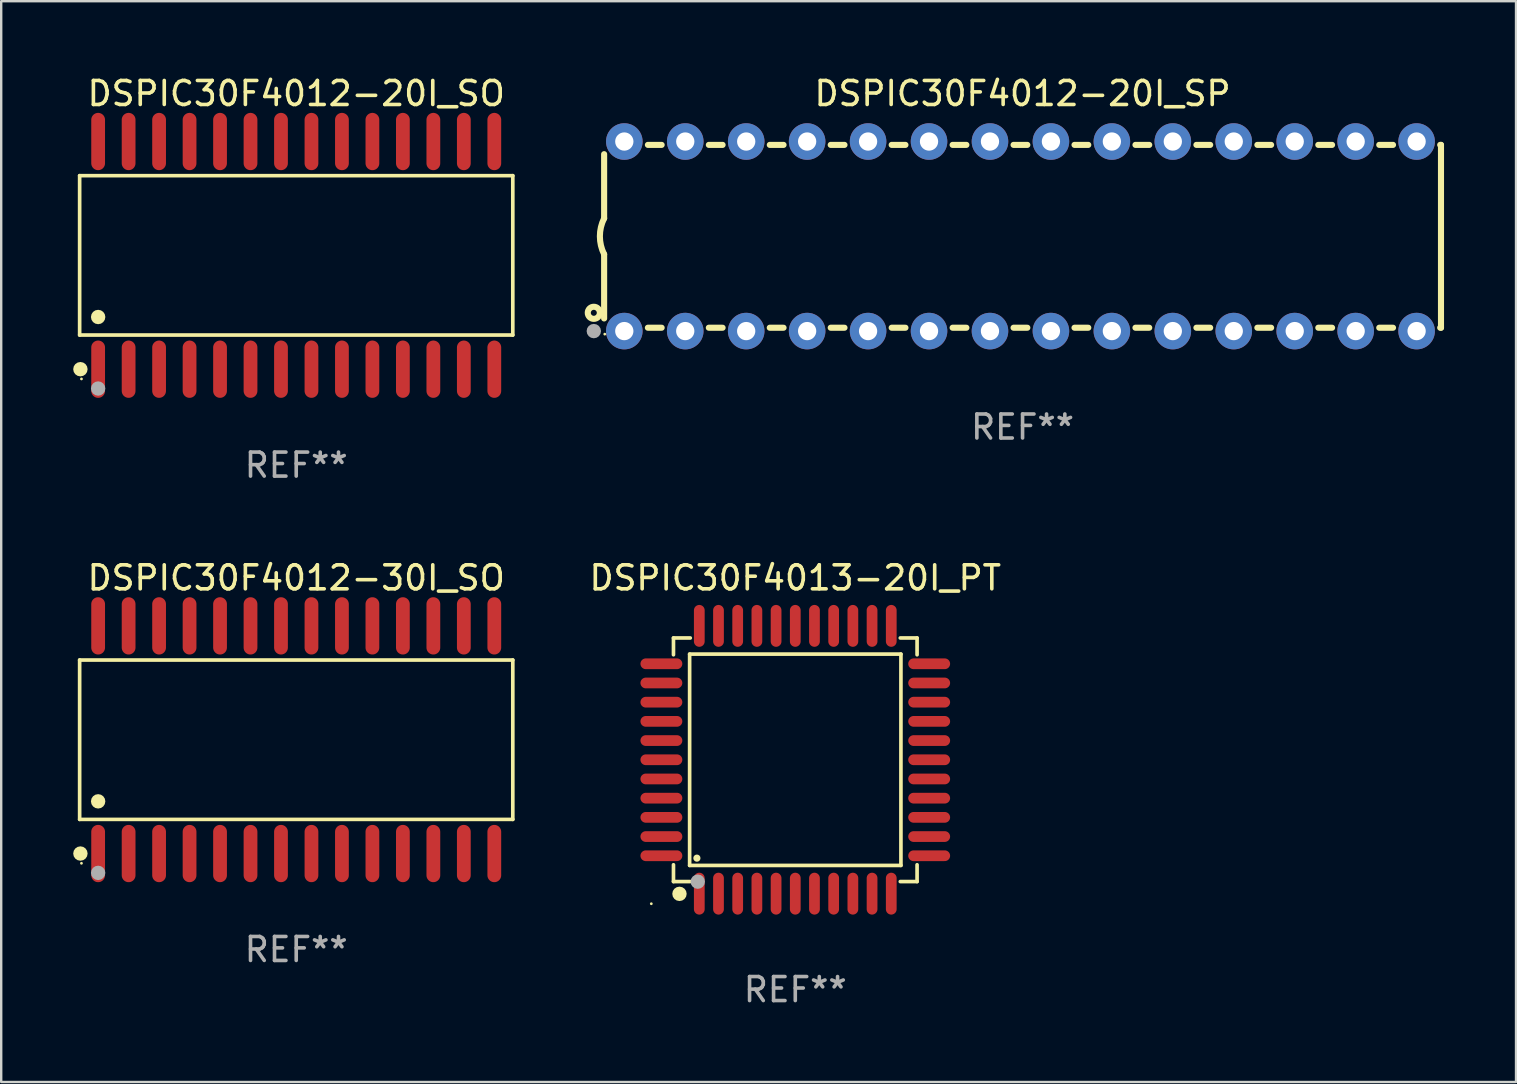
<source format=kicad_pcb>
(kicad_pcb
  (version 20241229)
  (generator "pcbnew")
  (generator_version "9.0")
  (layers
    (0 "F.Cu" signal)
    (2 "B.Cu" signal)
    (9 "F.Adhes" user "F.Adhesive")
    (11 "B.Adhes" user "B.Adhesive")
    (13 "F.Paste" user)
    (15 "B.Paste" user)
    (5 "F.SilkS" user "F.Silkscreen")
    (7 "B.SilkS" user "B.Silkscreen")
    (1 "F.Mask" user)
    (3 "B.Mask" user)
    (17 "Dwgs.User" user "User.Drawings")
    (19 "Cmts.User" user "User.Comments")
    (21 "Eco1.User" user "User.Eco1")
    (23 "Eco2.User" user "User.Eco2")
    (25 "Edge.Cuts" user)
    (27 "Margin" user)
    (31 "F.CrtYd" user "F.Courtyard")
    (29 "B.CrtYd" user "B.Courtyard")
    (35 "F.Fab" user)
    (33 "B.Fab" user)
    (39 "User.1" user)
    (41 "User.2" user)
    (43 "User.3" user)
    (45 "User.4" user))
  (footprint "DSPIC30F4012-30I_SO"
    (layer "F.Cu")
    (at 9.295 27.777)
    (property "Reference" "DSPIC30F4012-30I_SO" (at 0 -6.744 0) (layer "F.SilkS") (effects (font (size 1 1) (thickness 0.15))))
    (attr through_hole)
    (fp_line (start -9.026 -3.321) (end 9.026 -3.321) (stroke (width 0.152) (type solid)) (layer "F.SilkS"))
    (fp_line (start -9.026 3.321) (end -9.026 -3.321) (stroke (width 0.152) (type solid)) (layer "F.SilkS"))
    (fp_line (start 9.026 -3.321) (end 9.026 3.321) (stroke (width 0.152) (type solid)) (layer "F.SilkS"))
    (fp_line (start 9.026 3.321) (end -9.026 3.321) (stroke (width 0.152) (type solid)) (layer "F.SilkS"))
    (fp_circle (center -8.994 4.744) (end -8.844 4.744) (stroke (width 0.3) (type solid)) (fill no) (layer "F.SilkS"))
    (fp_circle (center -8.95 5.15) (end -8.92 5.15) (stroke (width 0.06) (type solid)) (fill no) (layer "F.SilkS"))
    (fp_circle (center -8.255 2.569) (end -8.105 2.569) (stroke (width 0.3) (type solid)) (fill no) (layer "F.SilkS"))
    (fp_circle (center -8.255 5.55) (end -8.105 5.55) (stroke (width 0.3) (type solid)) (fill no) (layer "F.Fab"))
    (fp_text user "REF**" (at 0 8.744 0) (layer "F.Fab") (effects (font (size 1 1) (thickness 0.15))))
    (pad "1" smd oval (at -8.255 4.744) (size 0.574 2.388) (layers "F.Cu" "F.Mask" "F.Paste"))
    (pad "2" smd oval (at -6.985 4.744) (size 0.574 2.388) (layers "F.Cu" "F.Mask" "F.Paste"))
    (pad "3" smd oval (at -5.715 4.744) (size 0.574 2.388) (layers "F.Cu" "F.Mask" "F.Paste"))
    (pad "4" smd oval (at -4.445 4.744) (size 0.574 2.388) (layers "F.Cu" "F.Mask" "F.Paste"))
    (pad "5" smd oval (at -3.175 4.744) (size 0.574 2.388) (layers "F.Cu" "F.Mask" "F.Paste"))
    (pad "6" smd oval (at -1.905 4.744) (size 0.574 2.388) (layers "F.Cu" "F.Mask" "F.Paste"))
    (pad "7" smd oval (at -0.635 4.744) (size 0.574 2.388) (layers "F.Cu" "F.Mask" "F.Paste"))
    (pad "8" smd oval (at 0.635 4.744) (size 0.574 2.388) (layers "F.Cu" "F.Mask" "F.Paste"))
    (pad "9" smd oval (at 1.905 4.744) (size 0.574 2.388) (layers "F.Cu" "F.Mask" "F.Paste"))
    (pad "10" smd oval (at 3.175 4.744) (size 0.574 2.388) (layers "F.Cu" "F.Mask" "F.Paste"))
    (pad "11" smd oval (at 4.445 4.744) (size 0.574 2.388) (layers "F.Cu" "F.Mask" "F.Paste"))
    (pad "12" smd oval (at 5.715 4.744) (size 0.574 2.388) (layers "F.Cu" "F.Mask" "F.Paste"))
    (pad "13" smd oval (at 6.985 4.744) (size 0.574 2.388) (layers "F.Cu" "F.Mask" "F.Paste"))
    (pad "14" smd oval (at 8.255 4.744) (size 0.574 2.388) (layers "F.Cu" "F.Mask" "F.Paste"))
    (pad "15" smd oval (at 8.255 -4.744) (size 0.574 2.388) (layers "F.Cu" "F.Mask" "F.Paste"))
    (pad "16" smd oval (at 6.985 -4.744) (size 0.574 2.388) (layers "F.Cu" "F.Mask" "F.Paste"))
    (pad "17" smd oval (at 5.715 -4.744) (size 0.574 2.388) (layers "F.Cu" "F.Mask" "F.Paste"))
    (pad "18" smd oval (at 4.445 -4.744) (size 0.574 2.388) (layers "F.Cu" "F.Mask" "F.Paste"))
    (pad "19" smd oval (at 3.175 -4.744) (size 0.574 2.388) (layers "F.Cu" "F.Mask" "F.Paste"))
    (pad "20" smd oval (at 1.905 -4.744) (size 0.574 2.388) (layers "F.Cu" "F.Mask" "F.Paste"))
    (pad "21" smd oval (at 0.635 -4.744) (size 0.574 2.388) (layers "F.Cu" "F.Mask" "F.Paste"))
    (pad "22" smd oval (at -0.635 -4.744) (size 0.574 2.388) (layers "F.Cu" "F.Mask" "F.Paste"))
    (pad "23" smd oval (at -1.905 -4.744) (size 0.574 2.388) (layers "F.Cu" "F.Mask" "F.Paste"))
    (pad "24" smd oval (at -3.175 -4.744) (size 0.574 2.388) (layers "F.Cu" "F.Mask" "F.Paste"))
    (pad "25" smd oval (at -4.445 -4.744) (size 0.574 2.388) (layers "F.Cu" "F.Mask" "F.Paste"))
    (pad "26" smd oval (at -5.715 -4.744) (size 0.574 2.388) (layers "F.Cu" "F.Mask" "F.Paste"))
    (pad "27" smd oval (at -6.985 -4.744) (size 0.574 2.388) (layers "F.Cu" "F.Mask" "F.Paste"))
    (pad "28" smd oval (at -8.255 -4.744) (size 0.574 2.388) (layers "F.Cu" "F.Mask" "F.Paste")))
  (footprint "DSPIC30F4013-20I_PT"
    (layer "F.Cu")
    (at 30.093 28.613)
    (property "Reference" "DSPIC30F4013-20I_PT" (at 0 -7.58 0) (layer "F.SilkS") (effects (font (size 1 1) (thickness 0.15))))
    (attr through_hole)
    (fp_line (start -5.076 -5.076) (end -5.076 -4.376) (stroke (width 0.152) (type solid)) (layer "F.SilkS"))
    (fp_line (start -5.076 5.076) (end -5.076 4.376) (stroke (width 0.152) (type solid)) (layer "F.SilkS"))
    (fp_line (start -4.403 -4.403) (end 4.403 -4.403) (stroke (width 0.152) (type solid)) (layer "F.SilkS"))
    (fp_line (start -4.403 4.403) (end -4.403 -4.403) (stroke (width 0.152) (type solid)) (layer "F.SilkS"))
    (fp_line (start -4.376 -5.076) (end -5.076 -5.076) (stroke (width 0.152) (type solid)) (layer "F.SilkS"))
    (fp_line (start -4.376 5.076) (end -5.076 5.076) (stroke (width 0.152) (type solid)) (layer "F.SilkS"))
    (fp_line (start 4.376 -5.076) (end 5.076 -5.076) (stroke (width 0.152) (type solid)) (layer "F.SilkS"))
    (fp_line (start 4.376 5.076) (end 5.076 5.076) (stroke (width 0.152) (type solid)) (layer "F.SilkS"))
    (fp_line (start 4.403 -4.403) (end 4.403 4.403) (stroke (width 0.152) (type solid)) (layer "F.SilkS"))
    (fp_line (start 4.403 4.403) (end -4.403 4.403) (stroke (width 0.152) (type solid)) (layer "F.SilkS"))
    (fp_line (start 5.076 -5.076) (end 5.076 -4.376) (stroke (width 0.152) (type solid)) (layer "F.SilkS"))
    (fp_line (start 5.076 5.076) (end 5.076 4.376) (stroke (width 0.152) (type solid)) (layer "F.SilkS"))
    (fp_circle (center -6 6) (end -5.97 6) (stroke (width 0.06) (type solid)) (fill no) (layer "F.SilkS"))
    (fp_circle (center -4.826 5.588) (end -4.676 5.588) (stroke (width 0.3) (type solid)) (fill no) (layer "F.SilkS"))
    (fp_circle (center -4.1 4.1) (end -4.025 4.1) (stroke (width 0.15) (type solid)) (fill no) (layer "F.SilkS"))
    (fp_circle (center -4.064 5.08) (end -3.914 5.08) (stroke (width 0.3) (type solid)) (fill no) (layer "F.Fab"))
    (fp_text user "REF**" (at 0 9.58 0) (layer "F.Fab") (effects (font (size 1 1) (thickness 0.15))))
    (pad "1" smd oval (at -4 5.58) (size 0.448 1.745) (layers "F.Cu" "F.Mask" "F.Paste"))
    (pad "2" smd oval (at -3.2 5.58) (size 0.448 1.745) (layers "F.Cu" "F.Mask" "F.Paste"))
    (pad "3" smd oval (at -2.4 5.58) (size 0.448 1.745) (layers "F.Cu" "F.Mask" "F.Paste"))
    (pad "4" smd oval (at -1.6 5.58) (size 0.448 1.745) (layers "F.Cu" "F.Mask" "F.Paste"))
    (pad "5" smd oval (at -0.8 5.58) (size 0.448 1.745) (layers "F.Cu" "F.Mask" "F.Paste"))
    (pad "6" smd oval (at 0 5.58) (size 0.448 1.745) (layers "F.Cu" "F.Mask" "F.Paste"))
    (pad "7" smd oval (at 0.8 5.58) (size 0.448 1.745) (layers "F.Cu" "F.Mask" "F.Paste"))
    (pad "8" smd oval (at 1.6 5.58) (size 0.448 1.745) (layers "F.Cu" "F.Mask" "F.Paste"))
    (pad "9" smd oval (at 2.4 5.58) (size 0.448 1.745) (layers "F.Cu" "F.Mask" "F.Paste"))
    (pad "10" smd oval (at 3.2 5.58) (size 0.448 1.745) (layers "F.Cu" "F.Mask" "F.Paste"))
    (pad "11" smd oval (at 4 5.58) (size 0.448 1.745) (layers "F.Cu" "F.Mask" "F.Paste"))
    (pad "12" smd oval (at 5.58 4) (size 1.745 0.448) (layers "F.Cu" "F.Mask" "F.Paste"))
    (pad "13" smd oval (at 5.58 3.2) (size 1.745 0.448) (layers "F.Cu" "F.Mask" "F.Paste"))
    (pad "14" smd oval (at 5.58 2.4) (size 1.745 0.448) (layers "F.Cu" "F.Mask" "F.Paste"))
    (pad "15" smd oval (at 5.58 1.6) (size 1.745 0.448) (layers "F.Cu" "F.Mask" "F.Paste"))
    (pad "16" smd oval (at 5.58 0.8) (size 1.745 0.448) (layers "F.Cu" "F.Mask" "F.Paste"))
    (pad "17" smd oval (at 5.58 0) (size 1.745 0.448) (layers "F.Cu" "F.Mask" "F.Paste"))
    (pad "18" smd oval (at 5.58 -0.8) (size 1.745 0.448) (layers "F.Cu" "F.Mask" "F.Paste"))
    (pad "19" smd oval (at 5.58 -1.6) (size 1.745 0.448) (layers "F.Cu" "F.Mask" "F.Paste"))
    (pad "20" smd oval (at 5.58 -2.4) (size 1.745 0.448) (layers "F.Cu" "F.Mask" "F.Paste"))
    (pad "21" smd oval (at 5.58 -3.2) (size 1.745 0.448) (layers "F.Cu" "F.Mask" "F.Paste"))
    (pad "22" smd oval (at 5.58 -4) (size 1.745 0.448) (layers "F.Cu" "F.Mask" "F.Paste"))
    (pad "23" smd oval (at 4 -5.58) (size 0.448 1.745) (layers "F.Cu" "F.Mask" "F.Paste"))
    (pad "24" smd oval (at 3.2 -5.58) (size 0.448 1.745) (layers "F.Cu" "F.Mask" "F.Paste"))
    (pad "25" smd oval (at 2.4 -5.58) (size 0.448 1.745) (layers "F.Cu" "F.Mask" "F.Paste"))
    (pad "26" smd oval (at 1.6 -5.58) (size 0.448 1.745) (layers "F.Cu" "F.Mask" "F.Paste"))
    (pad "27" smd oval (at 0.8 -5.58) (size 0.448 1.745) (layers "F.Cu" "F.Mask" "F.Paste"))
    (pad "28" smd oval (at 0 -5.58) (size 0.448 1.745) (layers "F.Cu" "F.Mask" "F.Paste"))
    (pad "29" smd oval (at -0.8 -5.58) (size 0.448 1.745) (layers "F.Cu" "F.Mask" "F.Paste"))
    (pad "30" smd oval (at -1.6 -5.58) (size 0.448 1.745) (layers "F.Cu" "F.Mask" "F.Paste"))
    (pad "31" smd oval (at -2.4 -5.58) (size 0.448 1.745) (layers "F.Cu" "F.Mask" "F.Paste"))
    (pad "32" smd oval (at -3.2 -5.58) (size 0.448 1.745) (layers "F.Cu" "F.Mask" "F.Paste"))
    (pad "33" smd oval (at -4 -5.58) (size 0.448 1.745) (layers "F.Cu" "F.Mask" "F.Paste"))
    (pad "34" smd oval (at -5.58 -4) (size 1.745 0.448) (layers "F.Cu" "F.Mask" "F.Paste"))
    (pad "35" smd oval (at -5.58 -3.2) (size 1.745 0.448) (layers "F.Cu" "F.Mask" "F.Paste"))
    (pad "36" smd oval (at -5.58 -2.4) (size 1.745 0.448) (layers "F.Cu" "F.Mask" "F.Paste"))
    (pad "37" smd oval (at -5.58 -1.6) (size 1.745 0.448) (layers "F.Cu" "F.Mask" "F.Paste"))
    (pad "38" smd oval (at -5.58 -0.8) (size 1.745 0.448) (layers "F.Cu" "F.Mask" "F.Paste"))
    (pad "39" smd oval (at -5.58 0) (size 1.745 0.448) (layers "F.Cu" "F.Mask" "F.Paste"))
    (pad "40" smd oval (at -5.58 0.8) (size 1.745 0.448) (layers "F.Cu" "F.Mask" "F.Paste"))
    (pad "41" smd oval (at -5.58 1.6) (size 1.745 0.448) (layers "F.Cu" "F.Mask" "F.Paste"))
    (pad "42" smd oval (at -5.58 2.4) (size 1.745 0.448) (layers "F.Cu" "F.Mask" "F.Paste"))
    (pad "43" smd oval (at -5.58 3.2) (size 1.745 0.448) (layers "F.Cu" "F.Mask" "F.Paste"))
    (pad "44" smd oval (at -5.58 4) (size 1.745 0.448) (layers "F.Cu" "F.Mask" "F.Paste")))
  (footprint "DSPIC30F4012-20I_SO"
    (layer "F.Cu")
    (at 9.295 7.592)
    (property "Reference" "DSPIC30F4012-20I_SO" (at 0 -6.744 0) (layer "F.SilkS") (effects (font (size 1 1) (thickness 0.15))))
    (attr through_hole)
    (fp_line (start -9.026 -3.321) (end 9.026 -3.321) (stroke (width 0.152) (type solid)) (layer "F.SilkS"))
    (fp_line (start -9.026 3.321) (end -9.026 -3.321) (stroke (width 0.152) (type solid)) (layer "F.SilkS"))
    (fp_line (start 9.026 -3.321) (end 9.026 3.321) (stroke (width 0.152) (type solid)) (layer "F.SilkS"))
    (fp_line (start 9.026 3.321) (end -9.026 3.321) (stroke (width 0.152) (type solid)) (layer "F.SilkS"))
    (fp_circle (center -8.994 4.744) (end -8.844 4.744) (stroke (width 0.3) (type solid)) (fill no) (layer "F.SilkS"))
    (fp_circle (center -8.95 5.15) (end -8.92 5.15) (stroke (width 0.06) (type solid)) (fill no) (layer "F.SilkS"))
    (fp_circle (center -8.255 2.569) (end -8.105 2.569) (stroke (width 0.3) (type solid)) (fill no) (layer "F.SilkS"))
    (fp_circle (center -8.255 5.55) (end -8.105 5.55) (stroke (width 0.3) (type solid)) (fill no) (layer "F.Fab"))
    (fp_text user "REF**" (at 0 8.744 0) (layer "F.Fab") (effects (font (size 1 1) (thickness 0.15))))
    (pad "1" smd oval (at -8.255 4.744) (size 0.574 2.388) (layers "F.Cu" "F.Mask" "F.Paste"))
    (pad "2" smd oval (at -6.985 4.744) (size 0.574 2.388) (layers "F.Cu" "F.Mask" "F.Paste"))
    (pad "3" smd oval (at -5.715 4.744) (size 0.574 2.388) (layers "F.Cu" "F.Mask" "F.Paste"))
    (pad "4" smd oval (at -4.445 4.744) (size 0.574 2.388) (layers "F.Cu" "F.Mask" "F.Paste"))
    (pad "5" smd oval (at -3.175 4.744) (size 0.574 2.388) (layers "F.Cu" "F.Mask" "F.Paste"))
    (pad "6" smd oval (at -1.905 4.744) (size 0.574 2.388) (layers "F.Cu" "F.Mask" "F.Paste"))
    (pad "7" smd oval (at -0.635 4.744) (size 0.574 2.388) (layers "F.Cu" "F.Mask" "F.Paste"))
    (pad "8" smd oval (at 0.635 4.744) (size 0.574 2.388) (layers "F.Cu" "F.Mask" "F.Paste"))
    (pad "9" smd oval (at 1.905 4.744) (size 0.574 2.388) (layers "F.Cu" "F.Mask" "F.Paste"))
    (pad "10" smd oval (at 3.175 4.744) (size 0.574 2.388) (layers "F.Cu" "F.Mask" "F.Paste"))
    (pad "11" smd oval (at 4.445 4.744) (size 0.574 2.388) (layers "F.Cu" "F.Mask" "F.Paste"))
    (pad "12" smd oval (at 5.715 4.744) (size 0.574 2.388) (layers "F.Cu" "F.Mask" "F.Paste"))
    (pad "13" smd oval (at 6.985 4.744) (size 0.574 2.388) (layers "F.Cu" "F.Mask" "F.Paste"))
    (pad "14" smd oval (at 8.255 4.744) (size 0.574 2.388) (layers "F.Cu" "F.Mask" "F.Paste"))
    (pad "15" smd oval (at 8.255 -4.744) (size 0.574 2.388) (layers "F.Cu" "F.Mask" "F.Paste"))
    (pad "16" smd oval (at 6.985 -4.744) (size 0.574 2.388) (layers "F.Cu" "F.Mask" "F.Paste"))
    (pad "17" smd oval (at 5.715 -4.744) (size 0.574 2.388) (layers "F.Cu" "F.Mask" "F.Paste"))
    (pad "18" smd oval (at 4.445 -4.744) (size 0.574 2.388) (layers "F.Cu" "F.Mask" "F.Paste"))
    (pad "19" smd oval (at 3.175 -4.744) (size 0.574 2.388) (layers "F.Cu" "F.Mask" "F.Paste"))
    (pad "20" smd oval (at 1.905 -4.744) (size 0.574 2.388) (layers "F.Cu" "F.Mask" "F.Paste"))
    (pad "21" smd oval (at 0.635 -4.744) (size 0.574 2.388) (layers "F.Cu" "F.Mask" "F.Paste"))
    (pad "22" smd oval (at -0.635 -4.744) (size 0.574 2.388) (layers "F.Cu" "F.Mask" "F.Paste"))
    (pad "23" smd oval (at -1.905 -4.744) (size 0.574 2.388) (layers "F.Cu" "F.Mask" "F.Paste"))
    (pad "24" smd oval (at -3.175 -4.744) (size 0.574 2.388) (layers "F.Cu" "F.Mask" "F.Paste"))
    (pad "25" smd oval (at -4.445 -4.744) (size 0.574 2.388) (layers "F.Cu" "F.Mask" "F.Paste"))
    (pad "26" smd oval (at -5.715 -4.744) (size 0.574 2.388) (layers "F.Cu" "F.Mask" "F.Paste"))
    (pad "27" smd oval (at -6.985 -4.744) (size 0.574 2.388) (layers "F.Cu" "F.Mask" "F.Paste"))
    (pad "28" smd oval (at -8.255 -4.744) (size 0.574 2.388) (layers "F.Cu" "F.Mask" "F.Paste")))
  (footprint "DSPIC30F4012-20I_SP"
    (layer "F.Cu")
    (at 39.565 6.798)
    (property "Reference" "DSPIC30F4012-20I_SP" (at 0 -5.95 0) (layer "F.SilkS") (effects (font (size 1 1) (thickness 0.15))))
    (attr through_hole)
    (fp_line (start -17.438 0.75) (end -17.438 3.423) (stroke (width 0.254) (type solid)) (layer "F.SilkS"))
    (fp_line (start -17.438 -3.423) (end -17.438 -0.75) (stroke (width 0.254) (type solid)) (layer "F.SilkS"))
    (fp_line (start -15.615 3.81) (end -15.041 3.81) (stroke (width 0.254) (type solid)) (layer "F.SilkS"))
    (fp_line (start -15.041 -3.81) (end -15.614 -3.81) (stroke (width 0.254) (type solid)) (layer "F.SilkS"))
    (fp_line (start -13.075 3.81) (end -12.501 3.81) (stroke (width 0.254) (type solid)) (layer "F.SilkS"))
    (fp_line (start -12.501 -3.81) (end -13.074 -3.81) (stroke (width 0.254) (type solid)) (layer "F.SilkS"))
    (fp_line (start -10.535 3.81) (end -9.961 3.81) (stroke (width 0.254) (type solid)) (layer "F.SilkS"))
    (fp_line (start -9.961 -3.81) (end -10.534 -3.81) (stroke (width 0.254) (type solid)) (layer "F.SilkS"))
    (fp_line (start -7.995 3.81) (end -7.421 3.81) (stroke (width 0.254) (type solid)) (layer "F.SilkS"))
    (fp_line (start -7.421 -3.81) (end -7.995 -3.81) (stroke (width 0.254) (type solid)) (layer "F.SilkS"))
    (fp_line (start -5.455 3.81) (end -4.881 3.81) (stroke (width 0.254) (type solid)) (layer "F.SilkS"))
    (fp_line (start -4.881 -3.81) (end -5.455 -3.81) (stroke (width 0.254) (type solid)) (layer "F.SilkS"))
    (fp_line (start -2.915 3.81) (end -2.341 3.81) (stroke (width 0.254) (type solid)) (layer "F.SilkS"))
    (fp_line (start -2.341 -3.81) (end -2.915 -3.81) (stroke (width 0.254) (type solid)) (layer "F.SilkS"))
    (fp_line (start -0.375 3.81) (end 0.199 3.81) (stroke (width 0.254) (type solid)) (layer "F.SilkS"))
    (fp_line (start 0.199 -3.81) (end -0.375 -3.81) (stroke (width 0.254) (type solid)) (layer "F.SilkS"))
    (fp_line (start 2.165 3.81) (end 2.739 3.81) (stroke (width 0.254) (type solid)) (layer "F.SilkS"))
    (fp_line (start 2.739 -3.81) (end 2.165 -3.81) (stroke (width 0.254) (type solid)) (layer "F.SilkS"))
    (fp_line (start 4.705 3.81) (end 5.279 3.81) (stroke (width 0.254) (type solid)) (layer "F.SilkS"))
    (fp_line (start 5.279 -3.81) (end 4.705 -3.81) (stroke (width 0.254) (type solid)) (layer "F.SilkS"))
    (fp_line (start 7.245 3.81) (end 7.819 3.81) (stroke (width 0.254) (type solid)) (layer "F.SilkS"))
    (fp_line (start 7.819 -3.81) (end 7.245 -3.81) (stroke (width 0.254) (type solid)) (layer "F.SilkS"))
    (fp_line (start 9.785 3.81) (end 10.359 3.81) (stroke (width 0.254) (type solid)) (layer "F.SilkS"))
    (fp_line (start 10.359 -3.81) (end 9.785 -3.81) (stroke (width 0.254) (type solid)) (layer "F.SilkS"))
    (fp_line (start 12.325 3.81) (end 12.899 3.81) (stroke (width 0.254) (type solid)) (layer "F.SilkS"))
    (fp_line (start 12.899 -3.81) (end 12.325 -3.81) (stroke (width 0.254) (type solid)) (layer "F.SilkS"))
    (fp_line (start 14.865 3.81) (end 15.439 3.81) (stroke (width 0.254) (type solid)) (layer "F.SilkS"))
    (fp_line (start 15.439 -3.81) (end 14.865 -3.81) (stroke (width 0.254) (type solid)) (layer "F.SilkS"))
    (fp_line (start 17.405 3.81) (end 17.438 3.81) (stroke (width 0.254) (type solid)) (layer "F.SilkS"))
    (fp_line (start 17.438 -3.81) (end 17.405 -3.81) (stroke (width 0.254) (type solid)) (layer "F.SilkS"))
    (fp_line (start 17.438 -3.556) (end 17.438 -3.81) (stroke (width 0.254) (type solid)) (layer "F.SilkS"))
    (fp_line (start 17.438 3.81) (end 17.438 -3.556) (stroke (width 0.254) (type solid)) (layer "F.SilkS"))
    (fp_arc (start -17.437986 0.749657) (mid -17.614887 -0.000024) (end -17.437783 -0.749657) (stroke (width 0.254001) (type solid)) (layer "F.SilkS"))
    (fp_circle (center -17.868 3.188) (end -17.743 3.188) (stroke (width 0.254) (type solid)) (fill no) (layer "F.SilkS"))
    (fp_circle (center -17.411 4.077) (end -17.381 4.077) (stroke (width 0.06) (type solid)) (fill no) (layer "F.SilkS"))
    (fp_circle (center -17.868 3.95) (end -17.718 3.95) (stroke (width 0.3) (type solid)) (fill no) (layer "F.Fab"))
    (fp_text user "REF**" (at 0 7.95 0) (layer "F.Fab") (effects (font (size 1 1) (thickness 0.15))))
    (pad "1" thru_hole circle (at -16.598 3.95) (size 1.524 1.524) (drill 0.762) (layers "*.Cu" "*.Mask"))
    (pad "2" thru_hole circle (at -14.058 3.95) (size 1.524 1.524) (drill 0.762) (layers "*.Cu" "*.Mask"))
    (pad "3" thru_hole circle (at -11.518 3.95) (size 1.524 1.524) (drill 0.762) (layers "*.Cu" "*.Mask"))
    (pad "4" thru_hole circle (at -8.978 3.95) (size 1.524 1.524) (drill 0.762) (layers "*.Cu" "*.Mask"))
    (pad "5" thru_hole circle (at -6.438 3.95) (size 1.524 1.524) (drill 0.762) (layers "*.Cu" "*.Mask"))
    (pad "6" thru_hole circle (at -3.898 3.95) (size 1.524 1.524) (drill 0.762) (layers "*.Cu" "*.Mask"))
    (pad "7" thru_hole circle (at -1.358 3.95) (size 1.524 1.524) (drill 0.762) (layers "*.Cu" "*.Mask"))
    (pad "8" thru_hole circle (at 1.182 3.95) (size 1.524 1.524) (drill 0.762) (layers "*.Cu" "*.Mask"))
    (pad "9" thru_hole circle (at 3.722 3.95) (size 1.524 1.524) (drill 0.762) (layers "*.Cu" "*.Mask"))
    (pad "10" thru_hole circle (at 6.262 3.95) (size 1.524 1.524) (drill 0.762) (layers "*.Cu" "*.Mask"))
    (pad "11" thru_hole circle (at 8.802 3.95) (size 1.524 1.524) (drill 0.762) (layers "*.Cu" "*.Mask"))
    (pad "12" thru_hole circle (at 11.342 3.95) (size 1.524 1.524) (drill 0.762) (layers "*.Cu" "*.Mask"))
    (pad "13" thru_hole circle (at 13.882 3.95) (size 1.524 1.524) (drill 0.762) (layers "*.Cu" "*.Mask"))
    (pad "14" thru_hole circle (at 16.422 3.95) (size 1.524 1.524) (drill 0.762) (layers "*.Cu" "*.Mask"))
    (pad "15" thru_hole circle (at 16.422 -3.95) (size 1.524 1.524) (drill 0.762) (layers "*.Cu" "*.Mask"))
    (pad "16" thru_hole circle (at 13.882 -3.95) (size 1.524 1.524) (drill 0.762) (layers "*.Cu" "*.Mask"))
    (pad "17" thru_hole circle (at 11.342 -3.95) (size 1.524 1.524) (drill 0.762) (layers "*.Cu" "*.Mask"))
    (pad "18" thru_hole circle (at 8.802 -3.95) (size 1.524 1.524) (drill 0.762) (layers "*.Cu" "*.Mask"))
    (pad "19" thru_hole circle (at 6.262 -3.95) (size 1.524 1.524) (drill 0.762) (layers "*.Cu" "*.Mask"))
    (pad "20" thru_hole circle (at 3.722 -3.95) (size 1.524 1.524) (drill 0.762) (layers "*.Cu" "*.Mask"))
    (pad "21" thru_hole circle (at 1.182 -3.95) (size 1.524 1.524) (drill 0.762) (layers "*.Cu" "*.Mask"))
    (pad "22" thru_hole circle (at -1.358 -3.95) (size 1.524 1.524) (drill 0.762) (layers "*.Cu" "*.Mask"))
    (pad "23" thru_hole circle (at -3.898 -3.95) (size 1.524 1.524) (drill 0.762) (layers "*.Cu" "*.Mask"))
    (pad "24" thru_hole circle (at -6.438 -3.95) (size 1.524 1.524) (drill 0.762) (layers "*.Cu" "*.Mask"))
    (pad "25" thru_hole circle (at -8.978 -3.95) (size 1.524 1.524) (drill 0.762) (layers "*.Cu" "*.Mask"))
    (pad "26" thru_hole circle (at -11.517 -3.95) (size 1.524 1.524) (drill 0.762) (layers "*.Cu" "*.Mask"))
    (pad "27" thru_hole circle (at -14.057 -3.95) (size 1.524 1.524) (drill 0.762) (layers "*.Cu" "*.Mask"))
    (pad "28" thru_hole circle (at -16.597 -3.95) (size 1.524 1.524) (drill 0.762) (layers "*.Cu" "*.Mask")))
  (gr_rect
    (start -3 -3)
    (end 60.13 42.041)
    (stroke (width 0.1) (type default))
    (fill no)
    (layer "Edge.Cuts")))
</source>
